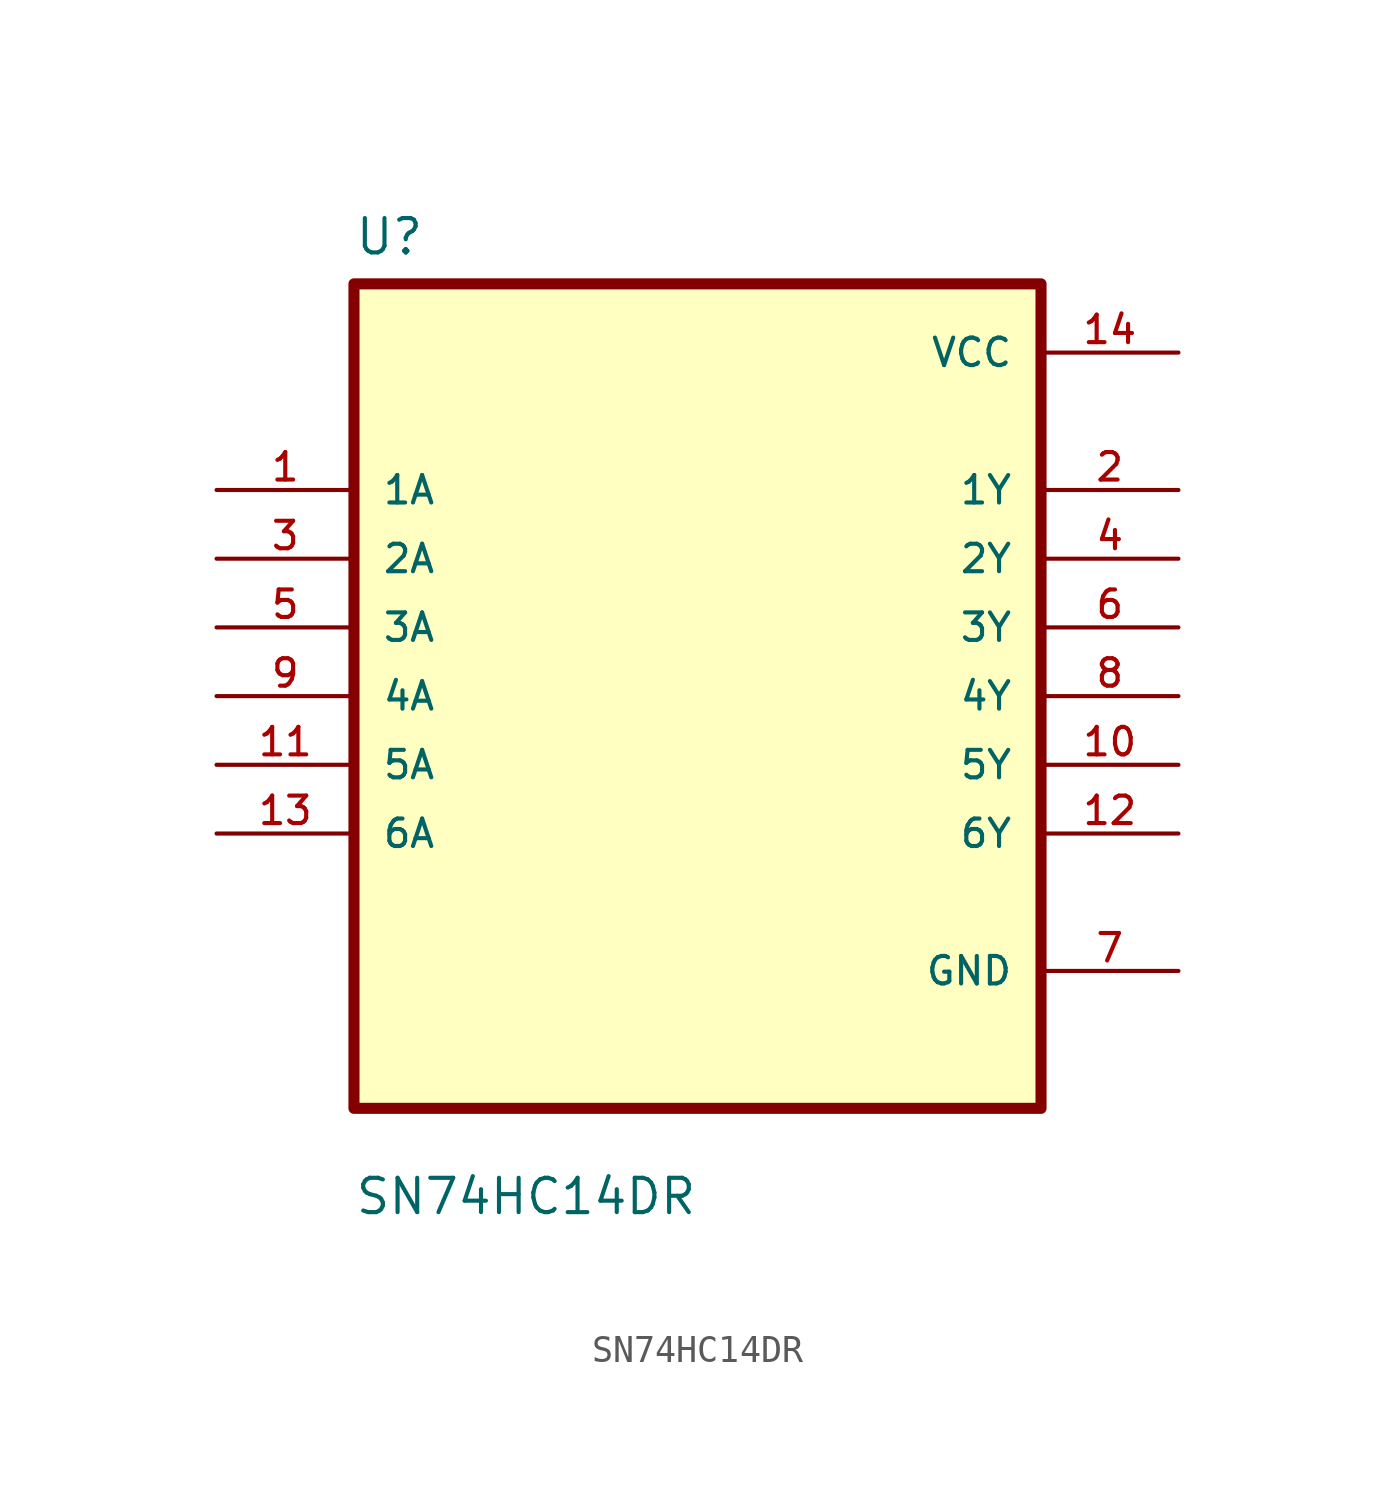
<source format=kicad_sym>
(kicad_symbol_lib
  (version 20241209)
  (generator "kicad_symbol_editor")
  (generator_version "9.0")
  (symbol "SN74HC14DR"
    (pin_names
      (offset 1.016))
    (property "Reference" "U"
      (at -12.7 16.24 0)
      (effects (font (size 1.27 1.27)) (justify left bottom)))
    (property "Value" "SN74HC14DR"
      (at -12.7 -19.24 0)
      (effects (font (size 1.27 1.27)) (justify left bottom)))
    (symbol "SN74HC14DR_0_0"
      (rectangle (start -12.7 -15.24) (end 12.7 15.24) (stroke (width 0.41) (type default)) (fill (type background)))
      (pin input line (at -17.78 7.62 0) (length 5.08) (name "1A" (effects (font (size 1.016 1.016)))) (number "1" (effects (font (size 1.016 1.016)))))
      (pin input line (at -17.78 5.08 0) (length 5.08) (name "2A" (effects (font (size 1.016 1.016)))) (number "3" (effects (font (size 1.016 1.016)))))
      (pin input line (at -17.78 2.54 0) (length 5.08) (name "3A" (effects (font (size 1.016 1.016)))) (number "5" (effects (font (size 1.016 1.016)))))
      (pin input line (at -17.78 0 0) (length 5.08) (name "4A" (effects (font (size 1.016 1.016)))) (number "9" (effects (font (size 1.016 1.016)))))
      (pin input line (at -17.78 -2.54 0) (length 5.08) (name "5A" (effects (font (size 1.016 1.016)))) (number "11" (effects (font (size 1.016 1.016)))))
      (pin input line (at -17.78 -5.08 0) (length 5.08) (name "6A" (effects (font (size 1.016 1.016)))) (number "13" (effects (font (size 1.016 1.016)))))
      (pin power_in line (at 17.78 12.7 180) (length 5.08) (name "VCC" (effects (font (size 1.016 1.016)))) (number "14" (effects (font (size 1.016 1.016)))))
      (pin output line (at 17.78 7.62 180) (length 5.08) (name "1Y" (effects (font (size 1.016 1.016)))) (number "2" (effects (font (size 1.016 1.016)))))
      (pin output line (at 17.78 5.08 180) (length 5.08) (name "2Y" (effects (font (size 1.016 1.016)))) (number "4" (effects (font (size 1.016 1.016)))))
      (pin output line (at 17.78 2.54 180) (length 5.08) (name "3Y" (effects (font (size 1.016 1.016)))) (number "6" (effects (font (size 1.016 1.016)))))
      (pin output line (at 17.78 0 180) (length 5.08) (name "4Y" (effects (font (size 1.016 1.016)))) (number "8" (effects (font (size 1.016 1.016)))))
      (pin output line (at 17.78 -2.54 180) (length 5.08) (name "5Y" (effects (font (size 1.016 1.016)))) (number "10" (effects (font (size 1.016 1.016)))))
      (pin output line (at 17.78 -5.08 180) (length 5.08) (name "6Y" (effects (font (size 1.016 1.016)))) (number "12" (effects (font (size 1.016 1.016)))))
      (pin power_in line (at 17.78 -10.16 180) (length 5.08) (name "GND" (effects (font (size 1.016 1.016)))) (number "7" (effects (font (size 1.016 1.016))))))))
</source>
